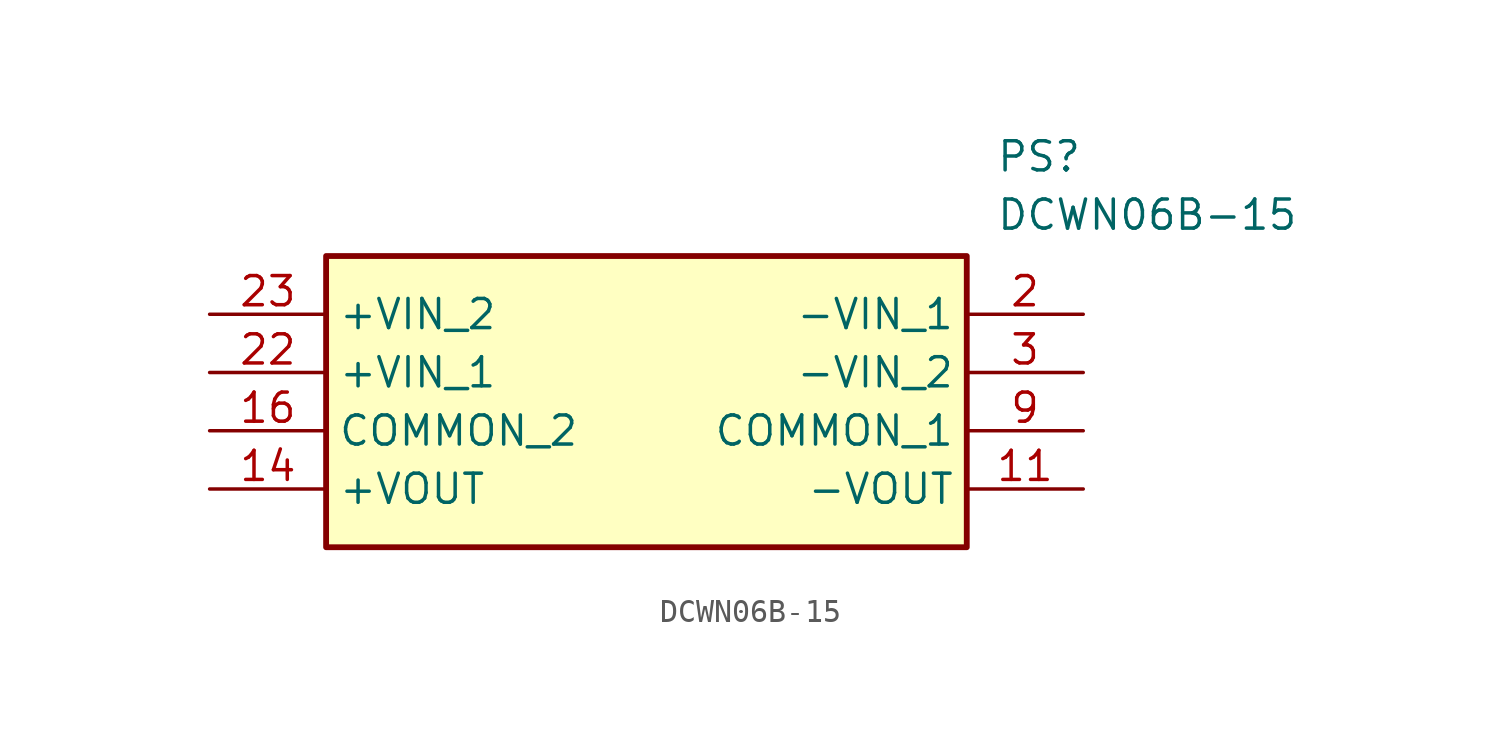
<source format=kicad_sym>
(kicad_symbol_lib
  (version 20211014)
  (generator SamacSys_ECAD_Model)
  (symbol "DCWN06B-15"
    (property "Reference" "PS"
      (at 34.29 7.62 0)
      (effects (font (size 1.27 1.27)) (justify left top)))
    (property "Value" "DCWN06B-15"
      (at 34.29 5.08 0)
      (effects (font (size 1.27 1.27)) (justify left top)))
    (rectangle
      (start 5.08 2.54)
      (end 33.02 -10.16)
      (stroke (width 0.254) (type default))
      (fill (type background)))
    (pin passive line
      (at 38.1 0 180)
      (length 5.08)
      (name "-VIN_1" (effects (font (size 1.27 1.27))))
      (number "2" (effects (font (size 1.27 1.27)))))
    (pin passive line
      (at 38.1 -2.54 180)
      (length 5.08)
      (name "-VIN_2" (effects (font (size 1.27 1.27))))
      (number "3" (effects (font (size 1.27 1.27)))))
    (pin passive line
      (at 38.1 -5.08 180)
      (length 5.08)
      (name "COMMON_1" (effects (font (size 1.27 1.27))))
      (number "9" (effects (font (size 1.27 1.27)))))
    (pin passive line
      (at 38.1 -7.62 180)
      (length 5.08)
      (name "-VOUT" (effects (font (size 1.27 1.27))))
      (number "11" (effects (font (size 1.27 1.27)))))
    (pin passive line
      (at 0 -7.62 0)
      (length 5.08)
      (name "+VOUT" (effects (font (size 1.27 1.27))))
      (number "14" (effects (font (size 1.27 1.27)))))
    (pin passive line
      (at 0 -5.08 0)
      (length 5.08)
      (name "COMMON_2" (effects (font (size 1.27 1.27))))
      (number "16" (effects (font (size 1.27 1.27)))))
    (pin passive line
      (at 0 -2.54 0)
      (length 5.08)
      (name "+VIN_1" (effects (font (size 1.27 1.27))))
      (number "22" (effects (font (size 1.27 1.27)))))
    (pin passive line
      (at 0 0 0)
      (length 5.08)
      (name "+VIN_2" (effects (font (size 1.27 1.27))))
      (number "23" (effects (font (size 1.27 1.27)))))))
</source>
